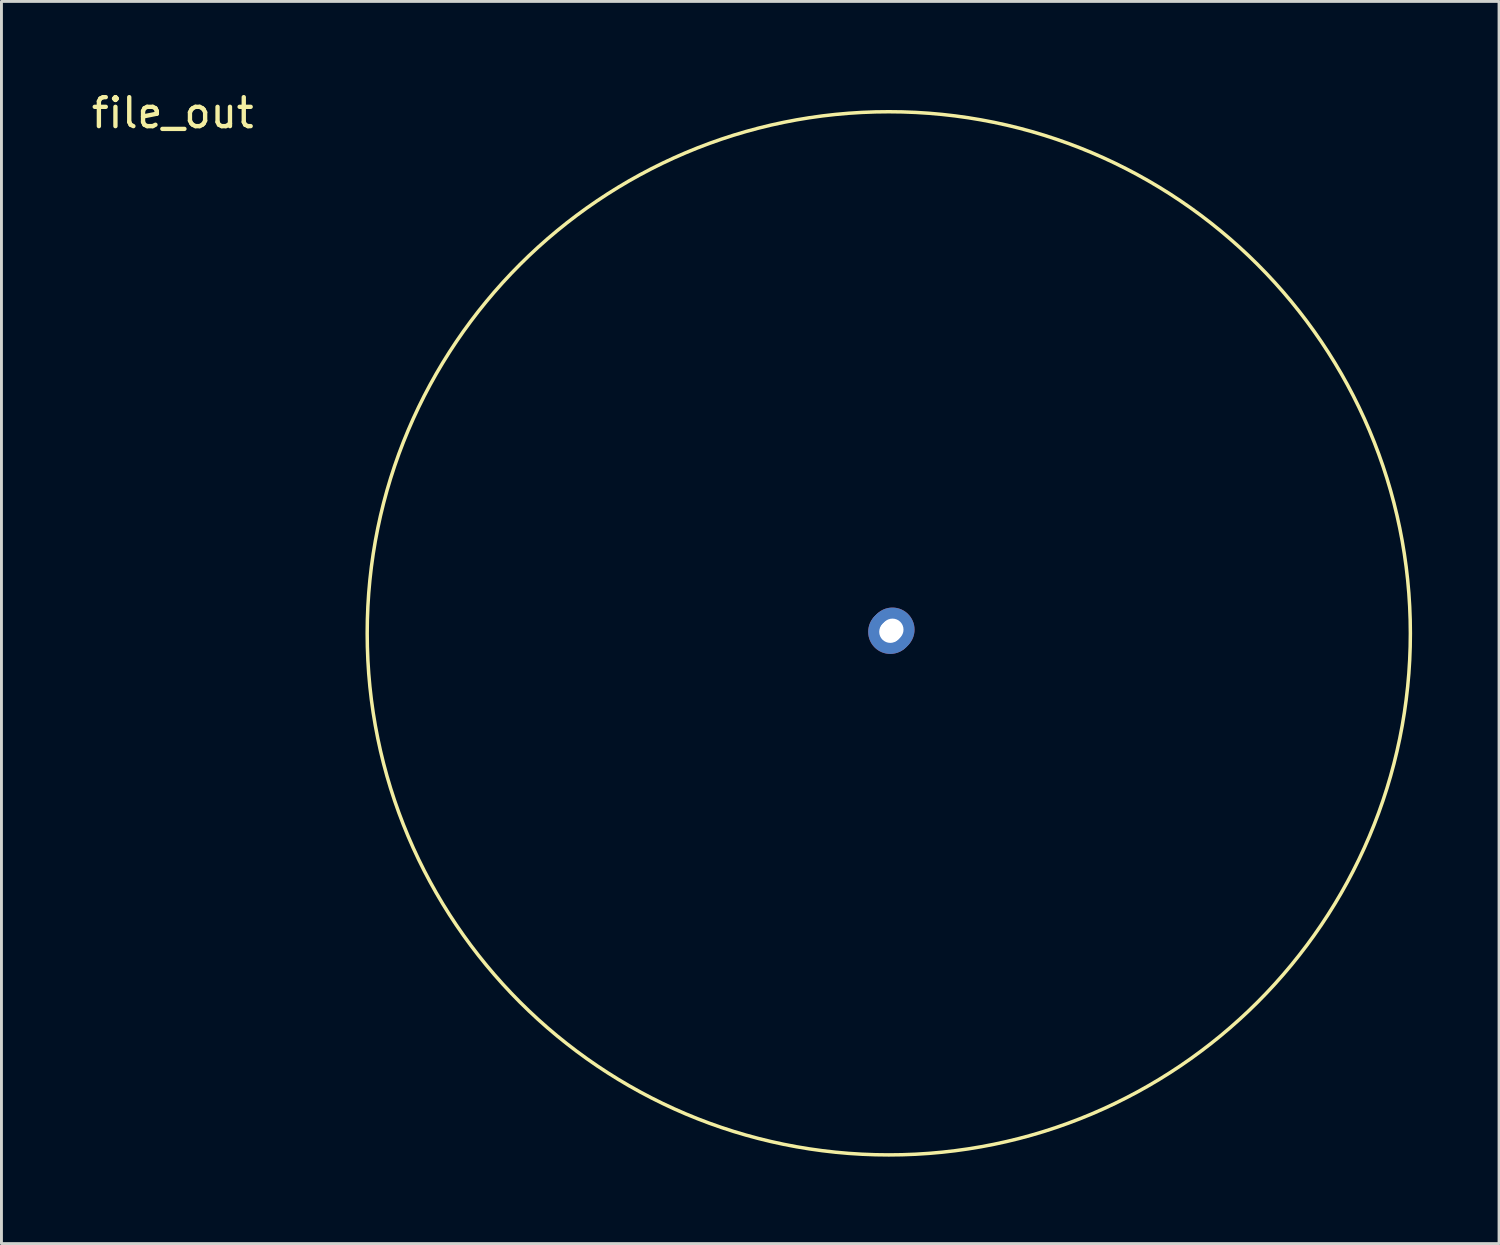
<source format=kicad_pcb>
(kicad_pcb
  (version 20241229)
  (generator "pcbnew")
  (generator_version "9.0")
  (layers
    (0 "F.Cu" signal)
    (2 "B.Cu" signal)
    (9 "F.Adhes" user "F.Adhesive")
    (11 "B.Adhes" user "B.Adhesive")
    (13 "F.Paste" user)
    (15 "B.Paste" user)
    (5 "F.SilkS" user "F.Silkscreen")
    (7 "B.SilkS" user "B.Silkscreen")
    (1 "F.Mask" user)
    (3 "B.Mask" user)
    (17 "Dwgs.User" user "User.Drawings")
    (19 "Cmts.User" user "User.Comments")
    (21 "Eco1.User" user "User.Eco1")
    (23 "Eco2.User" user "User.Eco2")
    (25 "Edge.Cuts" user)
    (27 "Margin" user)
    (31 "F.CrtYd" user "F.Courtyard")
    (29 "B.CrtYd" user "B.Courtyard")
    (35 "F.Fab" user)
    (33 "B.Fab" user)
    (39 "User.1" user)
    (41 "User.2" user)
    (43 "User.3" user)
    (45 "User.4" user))
  (footprint "file_out"
    (layer "F.Cu")
    (at 27.622 18.806)
    (property "Reference" "file_out" (at -24.712 -17.958 0) (layer "F.SilkS") (effects (font (size 1 1) (thickness 0.15))))
    (attr through_hole)
    (fp_circle (center 0 0) (end 18 0) (stroke (width 0.12) (type solid)) (fill no) (layer "F.SilkS"))
    (pad "1" thru_hole circle (at 0.051 -0.051) (size 1.524 1.524) (drill 0.762) (layers "*.Cu" "*.Mask"))
    (pad "2" thru_hole circle (at 0.076 -0.076) (size 1.524 1.524) (drill 0.762) (layers "*.Cu" "*.Mask"))
    (pad "3" thru_hole circle (at 0.127 -0.127) (size 1.524 1.524) (drill 0.762) (layers "*.Cu" "*.Mask")))
  (gr_rect
    (start -3 -3)
    (end 48.682 39.866)
    (stroke (width 0.1) (type default))
    (fill no)
    (layer "Edge.Cuts")))
</source>
